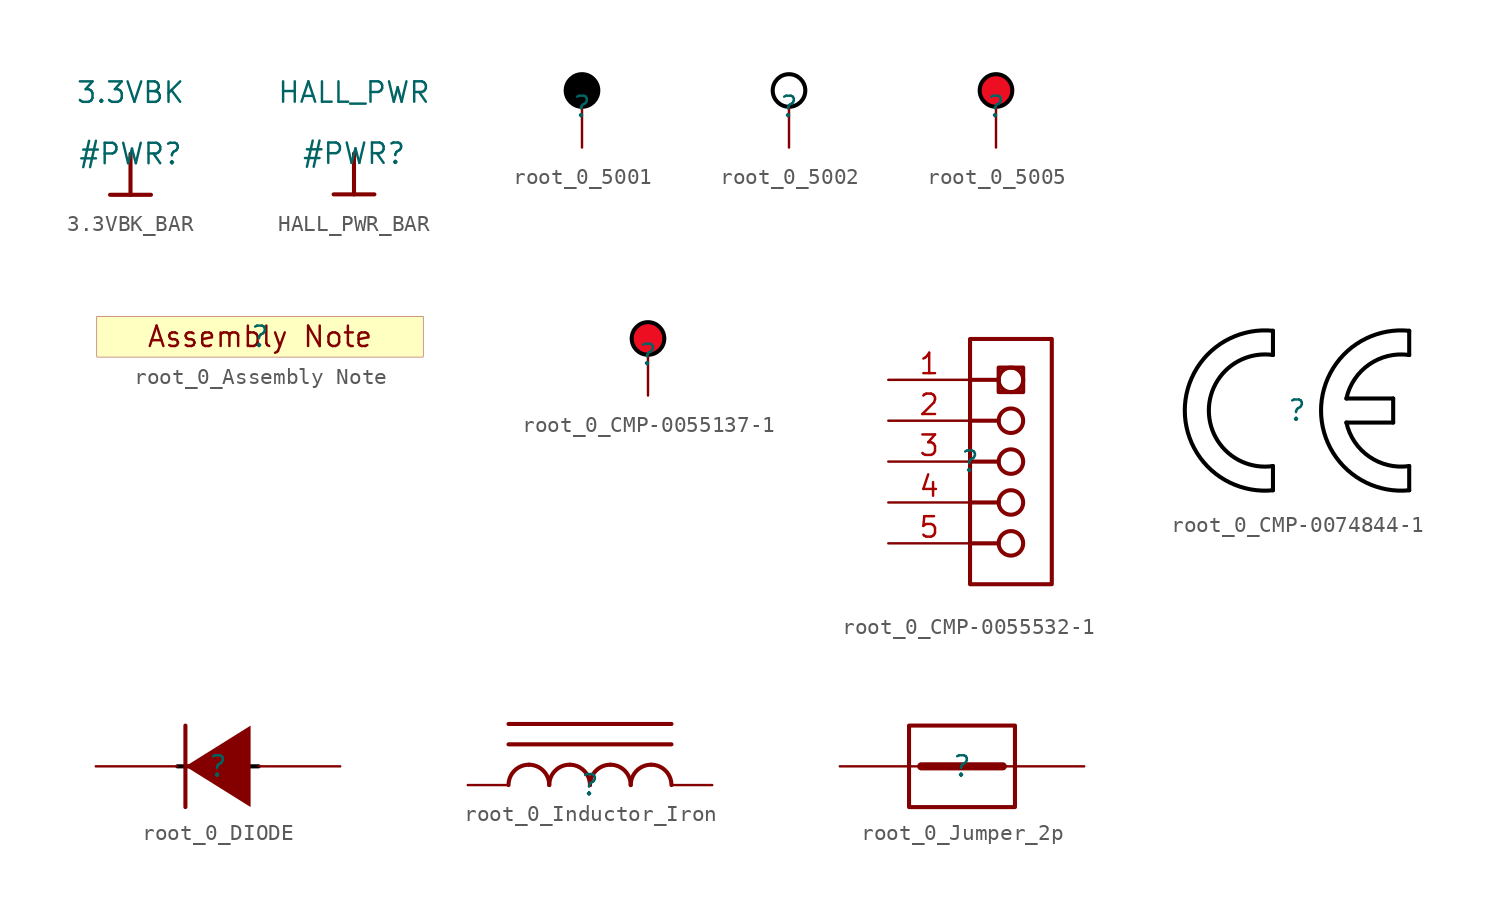
<source format=kicad_sym>
(kicad_symbol_lib
  (version 20231120)
  (generator "kicad_symbol_editor")
  (generator_version "8.0")
  (symbol "3.3VBK_BAR"
    (power)
    (property "Reference" "#PWR"
      (at 0 0 0)
      (effects (font (size 1.27 1.27))))
    (property "Value" "3.3VBK"
      (at 0 3.81 0)
      (effects (font (size 1.27 1.27))))
    (symbol "3.3VBK_BAR_0_0"
      (polyline (pts (xy -1.27 -2.54) (xy 1.27 -2.54)) (stroke (width 0.254) (type solid)) (fill (type none)))
      (polyline (pts (xy 0 0) (xy 0 -2.54)) (stroke (width 0.254) (type solid)) (fill (type none)))
      (pin power_in line (at 0 0 0) (length 0) hide (name "3.3VBK" (effects (font (size 1.27 1.27)))) (number "" (effects (font (size 1.27 1.27)))))))
  (symbol "HALL_PWR_BAR"
    (power)
    (property "Reference" "#PWR"
      (at 0 0 0)
      (effects (font (size 1.27 1.27))))
    (property "Value" "HALL_PWR"
      (at 0 3.81 0)
      (effects (font (size 1.27 1.27))))
    (symbol "HALL_PWR_BAR_0_0"
      (polyline (pts (xy -1.27 -2.54) (xy 1.27 -2.54)) (stroke (width 0.254) (type solid)) (fill (type none)))
      (polyline (pts (xy 0 0) (xy 0 -2.54)) (stroke (width 0.254) (type solid)) (fill (type none)))
      (pin power_in line (at 0 0 0) (length 0) hide (name "HALL_PWR" (effects (font (size 1.27 1.27)))) (number "" (effects (font (size 1.27 1.27)))))))
  (symbol "root_0_5001"
    (property "Reference" ""
      (at 0 0 0)
      (effects (font (size 1.27 1.27))))
    (property "Value" ""
      (at 0 0 0)
      (effects (font (size 1.27 1.27))))
    (symbol "root_0_5001_1_0"
      (circle (center 0 1.016) (radius 1.016) (stroke (width 0.254) (type solid) (color 0 0 0 1)) (fill (type outline)))
      (pin passive line (at 0 -2.54 90) (length 2.54) (name "" (effects (font (size 0 0)))) (number "1" (effects (font (size 0 0)))))))
  (symbol "root_0_5002"
    (property "Reference" ""
      (at 0 0 0)
      (effects (font (size 1.27 1.27))))
    (property "Value" ""
      (at 0 0 0)
      (effects (font (size 1.27 1.27))))
    (symbol "root_0_5002_1_0"
      (circle (center 0 1.016) (radius 1.016) (stroke (width 0.254) (type solid) (color 0 0 0 1)) (fill (type color) (color 255 255 255 1)))
      (pin passive line (at 0 -2.54 90) (length 2.54) (name "" (effects (font (size 0 0)))) (number "1" (effects (font (size 0 0)))))))
  (symbol "root_0_5005"
    (property "Reference" ""
      (at 0 0 0)
      (effects (font (size 1.27 1.27))))
    (property "Value" ""
      (at 0 0 0)
      (effects (font (size 1.27 1.27))))
    (symbol "root_0_5005_1_0"
      (circle (center 0 1.016) (radius 1.016) (stroke (width 0.254) (type solid) (color 0 0 0 1)) (fill (type color) (color 238 14 34 1)))
      (pin passive line (at 0 -2.54 90) (length 2.54) (name "" (effects (font (size 0 0)))) (number "1" (effects (font (size 0 0)))))))
  (symbol "root_0_Assembly Note"
    (property "Reference" ""
      (at 0 0 0)
      (effects (font (size 1.27 1.27))))
    (property "Value" ""
      (at 0 0 0)
      (effects (font (size 1.27 1.27))))
    (symbol "root_0_Assembly Note_1_0"
      (rectangle (start 10.16 1.27) (end -10.16 -1.27) (stroke (width 0.025) (type solid) (color 128 0 0 1)) (fill (type background)))
      (text "Assembly Note" (at 0 0 0) (effects (font (size 1.27 1.27))))))
  (symbol "root_0_CMP-0055137-1"
    (property "Reference" ""
      (at 0 0 0)
      (effects (font (size 1.27 1.27))))
    (property "Value" ""
      (at 0 0 0)
      (effects (font (size 1.27 1.27))))
    (symbol "root_0_CMP-0055137-1_1_0"
      (circle (center 0 1.016) (radius 1.016) (stroke (width 0.254) (type solid) (color 0 0 0 1)) (fill (type color) (color 238 14 34 1)))
      (pin passive line (at 0 -2.54 90) (length 2.54) (name "" (effects (font (size 0 0)))) (number "1" (effects (font (size 0 0)))))))
  (symbol "root_0_CMP-0055532-1"
    (property "Reference" ""
      (at 0 0 0)
      (effects (font (size 1.27 1.27))))
    (property "Value" ""
      (at 0 0 0)
      (effects (font (size 1.27 1.27))))
    (symbol "root_0_CMP-0055532-1_1_0"
      (polyline (pts (xy 0 -5.08) (xy 1.778 -5.08)) (stroke (width 0.254) (type solid)) (fill (type none)))
      (polyline (pts (xy 0 -2.54) (xy 1.778 -2.54)) (stroke (width 0.254) (type solid)) (fill (type none)))
      (polyline (pts (xy 0 0) (xy 1.778 0)) (stroke (width 0.254) (type solid)) (fill (type none)))
      (polyline (pts (xy 0 2.54) (xy 1.778 2.54)) (stroke (width 0.254) (type solid)) (fill (type none)))
      (polyline (pts (xy 0 5.08) (xy 1.778 5.08)) (stroke (width 0.254) (type solid)) (fill (type none)))
      (circle (center 2.54 -5.08) (radius 0.762) (stroke (width 0.254) (type solid)) (fill (type color) (color 255 255 255 1)))
      (circle (center 2.54 -2.54) (radius 0.762) (stroke (width 0.254) (type solid)) (fill (type color) (color 255 255 255 1)))
      (circle (center 2.54 0) (radius 0.762) (stroke (width 0.254) (type solid)) (fill (type color) (color 255 255 255 1)))
      (circle (center 2.54 2.54) (radius 0.762) (stroke (width 0.254) (type solid)) (fill (type color) (color 255 255 255 1)))
      (circle (center 2.54 5.08) (radius 0.762) (stroke (width 0.254) (type solid)) (fill (type color) (color 255 255 255 1)))
      (rectangle (start 3.302 5.842) (end 1.778 4.318) (stroke (width 0.254) (type solid)) (fill (type color) (color 255 255 255 1)))
      (rectangle (start 5.08 7.62) (end 0 -7.62) (stroke (width 0.254) (type solid)) (fill (type color) (color 255 255 255 1)))
      (pin passive line (at -5.08 5.08 0) (length 5.08) (name "5" (effects (font (size 0 0)))) (number "1" (effects (font (size 1.27 1.27)))))
      (pin passive line (at -5.08 2.54 0) (length 5.08) (name "4" (effects (font (size 0 0)))) (number "2" (effects (font (size 1.27 1.27)))))
      (pin passive line (at -5.08 0 0) (length 5.08) (name "3" (effects (font (size 0 0)))) (number "3" (effects (font (size 1.27 1.27)))))
      (pin passive line (at -5.08 -2.54 0) (length 5.08) (name "2" (effects (font (size 0 0)))) (number "4" (effects (font (size 1.27 1.27)))))
      (pin passive line (at -5.08 -5.08 0) (length 5.08) (name "1" (effects (font (size 0 0)))) (number "5" (effects (font (size 1.27 1.27)))))))
  (symbol "root_0_CMP-0074844-1"
    (property "Reference" ""
      (at 0 0 0)
      (effects (font (size 1.27 1.27))))
    (property "Value" ""
      (at 0 0 0)
      (effects (font (size 1.27 1.27))))
    (symbol "root_0_CMP-0074844-1_1_0"
      (arc (start -1.5 3.4641) (mid -5.5 0) (end -1.5 -3.4641) (stroke (width 0.254) (type solid) (color 0 0 0 1)) (fill (type none)))
      (arc (start -1.5 4.9749) (mid -7 0) (end -1.5 -4.9749) (stroke (width 0.254) (type solid) (color 0 0 0 1)) (fill (type none)))
      (polyline (pts (xy -1.5 -3.464) (xy -1.5 -4.975)) (stroke (width 0.254) (type solid) (color 0 0 0 1)) (fill (type none)))
      (polyline (pts (xy -1.5 4.975) (xy -1.5 3.464)) (stroke (width 0.254) (type solid) (color 0 0 0 1)) (fill (type none)))
      (polyline (pts (xy 3.081 0.75) (xy 6 0.75)) (stroke (width 0.254) (type solid) (color 0 0 0 1)) (fill (type none)))
      (polyline (pts (xy 6 -0.75) (xy 3.081 -0.75)) (stroke (width 0.254) (type solid) (color 0 0 0 1)) (fill (type none)))
      (polyline (pts (xy 6 0.75) (xy 6 -0.75)) (stroke (width 0.254) (type solid) (color 0 0 0 1)) (fill (type none)))
      (polyline (pts (xy 7 -3.464) (xy 7 -4.975)) (stroke (width 0.254) (type solid) (color 0 0 0 1)) (fill (type none)))
      (polyline (pts (xy 7 4.975) (xy 7 3.464)) (stroke (width 0.254) (type solid) (color 0 0 0 1)) (fill (type none)))
      (arc (start 3.0813 -0.75) (mid 4.5072 -2.8773) (end 7 -3.4641) (stroke (width 0.254) (type solid) (color 0 0 0 1)) (fill (type none)))
      (arc (start 7 3.4641) (mid 4.5072 2.8773) (end 3.0813 0.75) (stroke (width 0.254) (type solid) (color 0 0 0 1)) (fill (type none)))
      (arc (start 7 4.9749) (mid 1.5 0) (end 7 -4.9749) (stroke (width 0.254) (type solid) (color 0 0 0 1)) (fill (type none)))))
  (symbol "root_0_DIODE"
    (property "Reference" ""
      (at 0 0 0)
      (effects (font (size 1.27 1.27))))
    (property "Value" ""
      (at 0 0 0)
      (effects (font (size 1.27 1.27))))
    (symbol "root_0_DIODE_1_0"
      (polyline (pts (xy -2.54 0) (xy 2.54 0)) (stroke (width 0.254) (type solid) (color 0 0 0 1)) (fill (type none)))
      (polyline (pts (xy -2.032 2.54) (xy -2.032 -2.54)) (stroke (width 0.254) (type solid)) (fill (type none)))
      (polyline (pts (xy 2.032 2.54) (xy -2.032 0) (xy 2.032 -2.54) (xy 2.032 2.54)) (stroke (width -0.0001) (type solid)) (fill (type outline)))
      (pin passive line (at -7.62 0 0) (length 5.08) (name "K" (effects (font (size 0 0)))) (number "1" (effects (font (size 0 0)))))
      (pin passive line (at 7.62 0 180) (length 5.08) (name "A" (effects (font (size 0 0)))) (number "2" (effects (font (size 0 0)))))))
  (symbol "root_0_Inductor_Iron"
    (property "Reference" ""
      (at 0 0 0)
      (effects (font (size 1.27 1.27))))
    (property "Value" ""
      (at 0 0 0)
      (effects (font (size 1.27 1.27))))
    (symbol "root_0_Inductor_Iron_1_0"
      (arc (start -3.81 1.27) (mid -4.708 0.898) (end -5.08 0) (stroke (width 0.254) (type solid)) (fill (type none)))
      (arc (start -2.54 0) (mid -2.912 0.898) (end -3.81 1.27) (stroke (width 0.254) (type solid)) (fill (type none)))
      (arc (start -1.27 1.27) (mid -2.168 0.898) (end -2.54 0) (stroke (width 0.254) (type solid)) (fill (type none)))
      (arc (start 0 0) (mid -0.372 0.898) (end -1.27 1.27) (stroke (width 0.254) (type solid)) (fill (type none)))
      (polyline (pts (xy -5.08 2.54) (xy 5.08 2.54)) (stroke (width 0.254) (type solid)) (fill (type none)))
      (polyline (pts (xy 5.08 3.81) (xy -5.08 3.81)) (stroke (width 0.254) (type solid)) (fill (type none)))
      (arc (start 1.27 1.27) (mid 0.372 0.898) (end 0 0) (stroke (width 0.254) (type solid)) (fill (type none)))
      (arc (start 2.54 0) (mid 2.168 0.898) (end 1.27 1.27) (stroke (width 0.254) (type solid)) (fill (type none)))
      (arc (start 3.81 1.27) (mid 2.912 0.898) (end 2.54 0) (stroke (width 0.254) (type solid)) (fill (type none)))
      (arc (start 5.08 0) (mid 4.708 0.898) (end 3.81 1.27) (stroke (width 0.254) (type solid)) (fill (type none)))
      (pin passive line (at -7.62 0 0) (length 2.54) (name "1" (effects (font (size 0 0)))) (number "1" (effects (font (size 0 0)))))
      (pin passive line (at 7.62 0 180) (length 2.54) (name "2" (effects (font (size 0 0)))) (number "2" (effects (font (size 0 0)))))))
  (symbol "root_0_Jumper_2p"
    (property "Reference" ""
      (at 0 0 0)
      (effects (font (size 1.27 1.27))))
    (property "Value" ""
      (at 0 0 0)
      (effects (font (size 1.27 1.27))))
    (symbol "root_0_Jumper_2p_1_0"
      (bezier (pts (xy -2.54 0) (xy -2.54 0) (xy -1.403 0) (xy 0 0)) (stroke (width 0.025) (type solid)) (fill (type background)))
      (bezier (pts (xy 0 0) (xy -1.403 0) (xy -2.54 0) (xy -2.54 0)) (stroke (width 0.025) (type solid)) (fill (type background)))
      (polyline (pts (xy -2.54 0) (xy 2.54 0)) (stroke (width 0.508) (type solid)) (fill (type none)))
      (polyline (pts (xy 2.54 0) (xy 0 0) (xy -2.54 0) (xy 0 0) (xy 2.54 0)) (stroke (width -0.0001) (type default)) (fill (type background)))
      (bezier (pts (xy 0 0) (xy 1.403 0) (xy 2.54 0) (xy 2.54 0)) (stroke (width 0.025) (type solid)) (fill (type background)))
      (bezier (pts (xy 2.54 0) (xy 2.54 0) (xy 1.403 0) (xy 0 0)) (stroke (width 0.025) (type solid)) (fill (type background)))
      (rectangle (start 3.302 2.54) (end -3.302 -2.54) (stroke (width 0.254) (type solid)) (fill (type color) (color 255 255 255 1)))
      (pin passive line (at -7.62 0 0) (length 5.08) (name "1" (effects (font (size 0 0)))) (number "1" (effects (font (size 0 0)))))
      (pin passive line (at 7.62 0 180) (length 5.08) (name "2" (effects (font (size 0 0)))) (number "2" (effects (font (size 0 0))))))))
</source>
